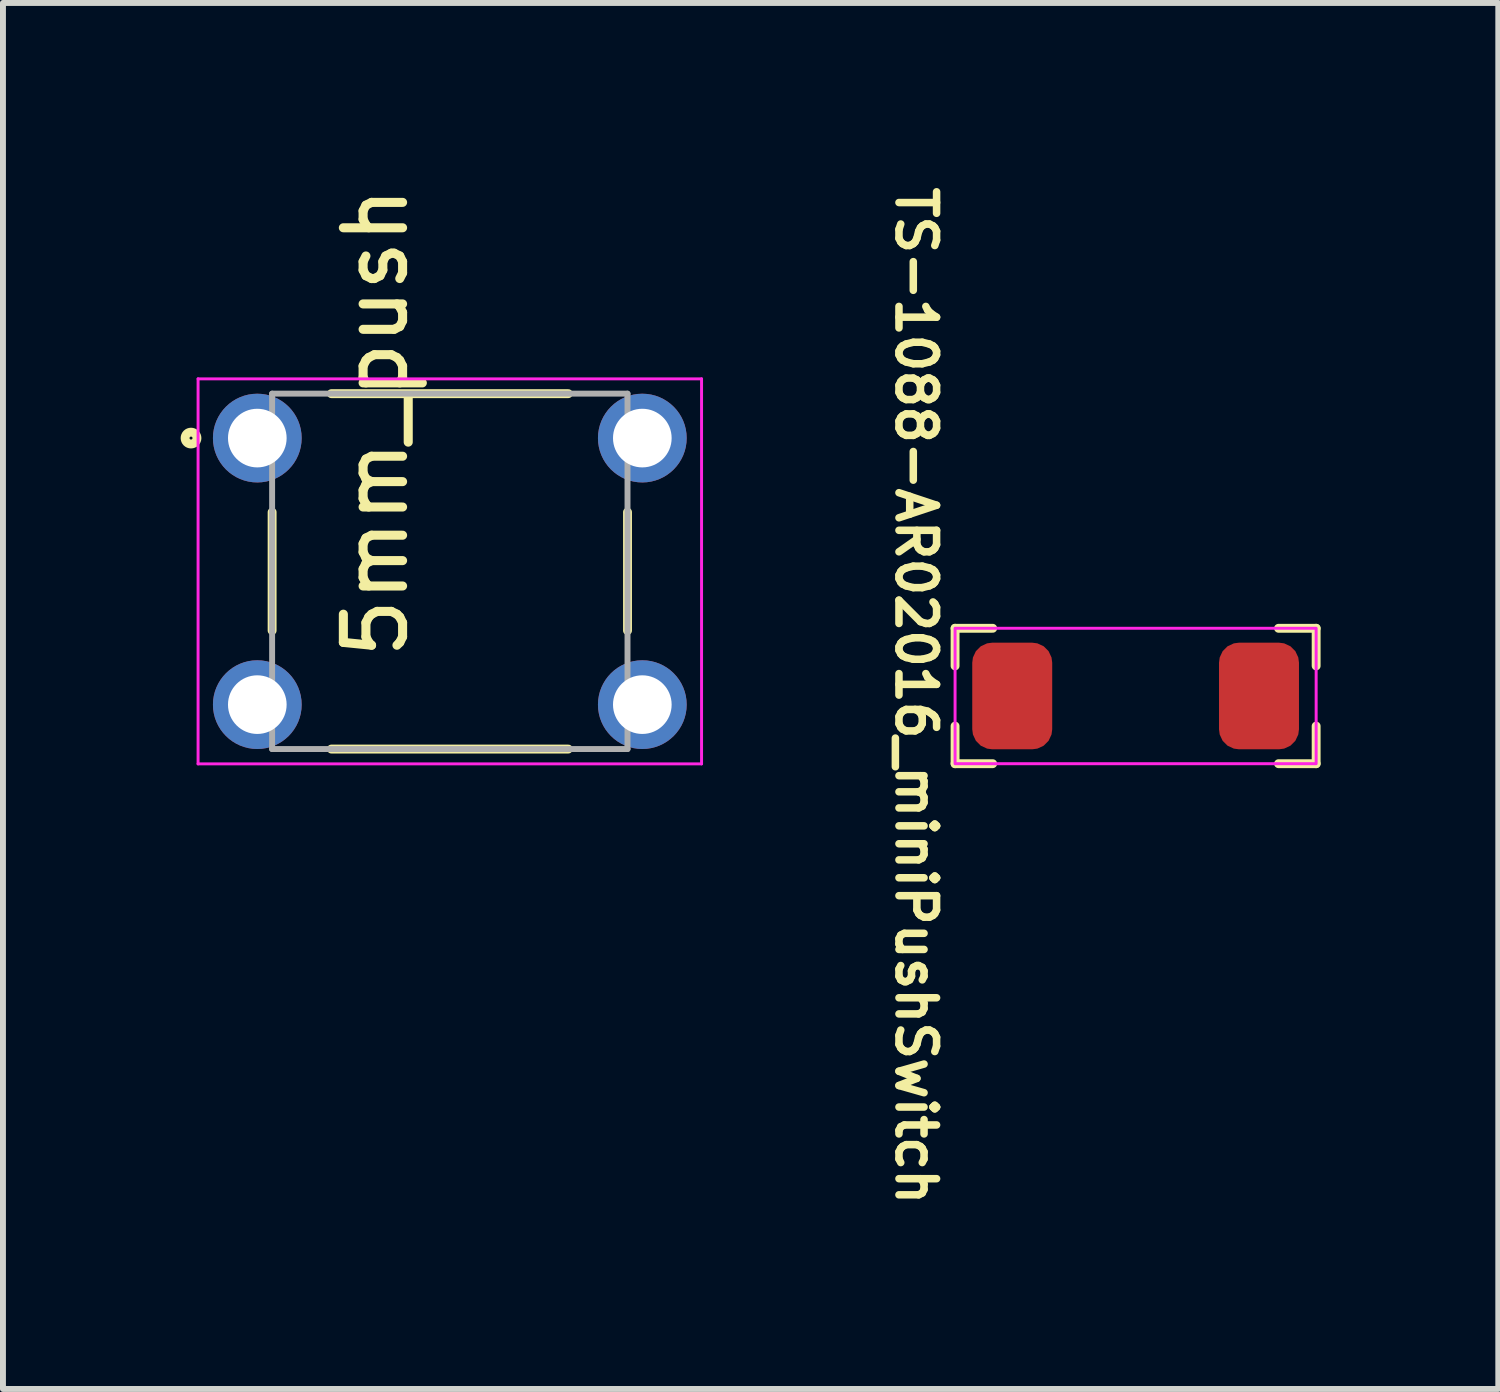
<source format=kicad_pcb>
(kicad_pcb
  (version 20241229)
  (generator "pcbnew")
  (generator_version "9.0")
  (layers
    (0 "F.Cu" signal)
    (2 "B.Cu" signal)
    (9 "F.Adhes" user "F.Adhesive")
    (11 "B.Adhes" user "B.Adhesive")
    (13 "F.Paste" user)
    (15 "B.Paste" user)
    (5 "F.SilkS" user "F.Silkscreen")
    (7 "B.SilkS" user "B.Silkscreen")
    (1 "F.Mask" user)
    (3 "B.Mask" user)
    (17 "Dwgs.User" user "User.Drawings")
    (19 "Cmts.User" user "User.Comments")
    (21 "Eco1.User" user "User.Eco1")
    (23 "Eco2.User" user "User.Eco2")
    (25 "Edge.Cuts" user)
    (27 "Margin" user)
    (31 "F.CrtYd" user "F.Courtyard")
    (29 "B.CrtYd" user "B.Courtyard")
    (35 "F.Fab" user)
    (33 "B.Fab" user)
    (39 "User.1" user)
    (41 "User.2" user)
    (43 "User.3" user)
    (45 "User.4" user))
  (footprint "5mm_push"
    (layer "F.Cu")
    (at 4.544 6.596)
    (property "Reference" "5mm_push" (at -1.252 -2.515 90) (unlocked yes) (layer "F.SilkS") (effects (font (size 1 1) (thickness 0.153) (bold yes))))
    (attr through_hole)
    (fp_line (start -3 -1) (end -3 1) (stroke (width 0.15) (type solid)) (layer "F.SilkS"))
    (fp_line (start -2 -3) (end 2 -3) (stroke (width 0.15) (type solid)) (layer "F.SilkS"))
    (fp_line (start -2 3) (end 2 3) (stroke (width 0.15) (type solid)) (layer "F.SilkS"))
    (fp_line (start 3 -1) (end 3 1) (stroke (width 0.15) (type solid)) (layer "F.SilkS"))
    (fp_circle (center -4.369 -2.25) (end -4.269 -2.25) (stroke (width 0.15) (type solid)) (fill no) (layer "F.SilkS"))
    (fp_line (start -4.25 -3.25) (end 4.25 -3.25) (stroke (width 0.05) (type solid)) (layer "F.CrtYd"))
    (fp_line (start -4.25 3.25) (end -4.25 -3.25) (stroke (width 0.05) (type solid)) (layer "F.CrtYd"))
    (fp_line (start 4.25 -3.25) (end 4.25 3.25) (stroke (width 0.05) (type solid)) (layer "F.CrtYd"))
    (fp_line (start 4.25 3.25) (end -4.25 3.25) (stroke (width 0.05) (type solid)) (layer "F.CrtYd"))
    (fp_line (start -3 -3) (end 3 -3) (stroke (width 0.1) (type solid)) (layer "F.Fab"))
    (fp_line (start -3 3) (end -3 -3) (stroke (width 0.1) (type solid)) (layer "F.Fab"))
    (fp_line (start 3 -3) (end 3 3) (stroke (width 0.1) (type solid)) (layer "F.Fab"))
    (fp_line (start 3 3) (end -3 3) (stroke (width 0.1) (type solid)) (layer "F.Fab"))
    (pad "1" thru_hole circle (at -3.25 -2.25) (size 1.498 1.498) (drill 0.99) (layers "*.Cu" "*.Mask"))
    (pad "2" thru_hole circle (at 3.25 -2.25) (size 1.498 1.498) (drill 0.99) (layers "*.Cu" "*.Mask"))
    (pad "3" thru_hole circle (at -3.25 2.25) (size 1.498 1.498) (drill 0.99) (layers "*.Cu" "*.Mask"))
    (pad "4" thru_hole circle (at 3.25 2.25) (size 1.498 1.498) (drill 0.99) (layers "*.Cu" "*.Mask")))
  (footprint "TS-1088-AR02016_miniPushSwitch"
    (layer "F.Cu")
    (at 16.122 8.7)
    (property "Reference" "TS-1088-AR02016_miniPushSwitch" (at -3.708 0 270) (unlocked yes) (layer "F.SilkS") (effects (font (size 0.635 0.635) (thickness 0.127))))
    (attr smd)
    (fp_line (start -3.048 -1.143) (end -3.048 -0.508) (stroke (width 0.15) (type default)) (layer "F.SilkS"))
    (fp_line (start -3.048 1.143) (end -3.048 0.508) (stroke (width 0.15) (type default)) (layer "F.SilkS"))
    (fp_line (start -2.413 -1.143) (end -3.048 -1.143) (stroke (width 0.15) (type default)) (layer "F.SilkS"))
    (fp_line (start -2.413 1.143) (end -3.048 1.143) (stroke (width 0.15) (type default)) (layer "F.SilkS"))
    (fp_line (start 2.413 -1.143) (end 3.048 -1.143) (stroke (width 0.15) (type default)) (layer "F.SilkS"))
    (fp_line (start 2.413 1.143) (end 3.048 1.143) (stroke (width 0.15) (type default)) (layer "F.SilkS"))
    (fp_line (start 3.048 -1.143) (end 3.048 -0.508) (stroke (width 0.15) (type default)) (layer "F.SilkS"))
    (fp_line (start 3.048 1.143) (end 3.048 0.508) (stroke (width 0.15) (type default)) (layer "F.SilkS"))
    (fp_rect (start -3.048 -1.143) (end 3.048 1.143) (stroke (width 0.05) (type default)) (fill no) (layer "F.CrtYd"))
    (pad "1" smd roundrect (at -2.083 0) (size 1.35 1.8) (layers "F.Cu" "F.Mask" "F.Paste") (roundrect_rratio 0.25))
    (pad "2" smd roundrect (at 2.083 0) (size 1.35 1.8) (layers "F.Cu" "F.Mask" "F.Paste") (roundrect_rratio 0.25)))
  (gr_rect
    (start -3 -3)
    (end 22.245 20.399)
    (stroke (width 0.1) (type default))
    (fill no)
    (layer "Edge.Cuts")))
</source>
